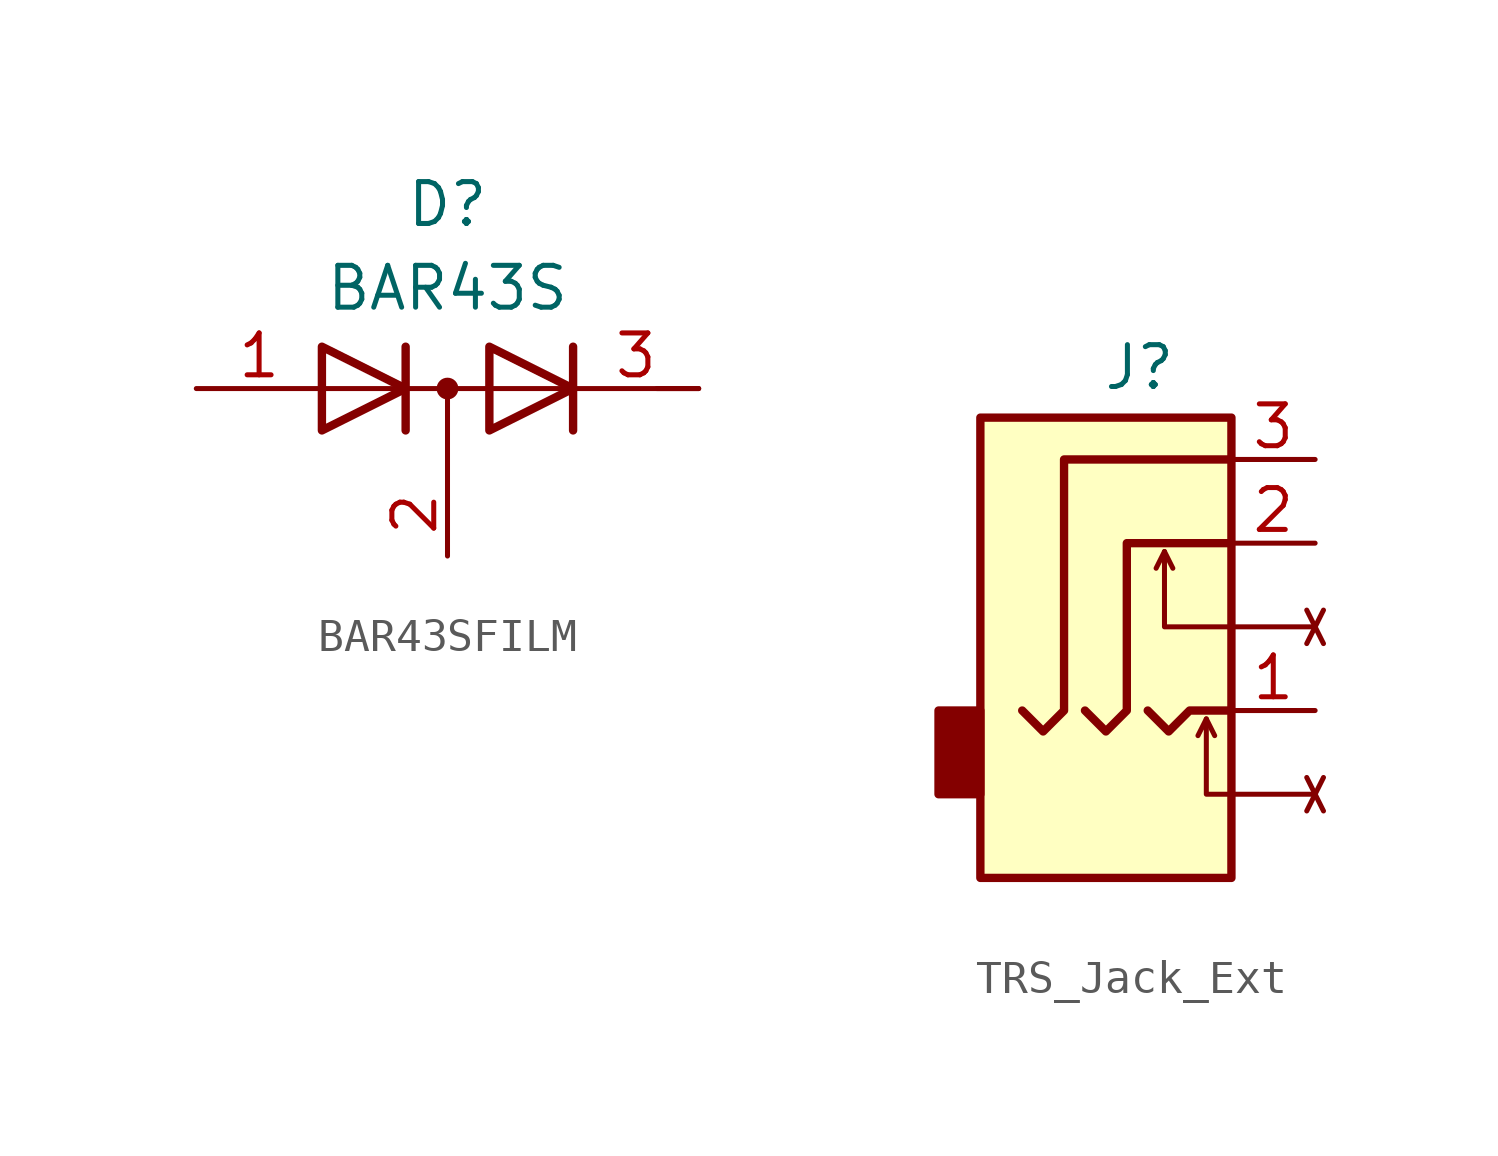
<source format=kicad_sym>
(kicad_symbol_lib
  (version 20231120)
  (generator "kicad_symbol_editor")
  (generator_version "8.0")
  (symbol "BAR43SFILM"
    (pin_names hide)
    (property "Reference" "D"
      (at 0 5.588 0)
      (effects (font (size 1.27 1.27))))
    (property "Value" "BAR43S"
      (at 0 3.048 0)
      (effects (font (size 1.27 1.27))))
    (symbol "BAR43SFILM_0_1"
      (polyline (pts (xy 0 0) (xy 0 -2.54)) (stroke (width 0) (type default)) (fill (type none)))
      (polyline (pts (xy 3.81 0) (xy -3.81 0)) (stroke (width 0) (type default)) (fill (type none)))
      (polyline (pts (xy 6.35 0) (xy 7.62 0)) (stroke (width 0) (type default)) (fill (type none)))
      (polyline (pts (xy -1.27 -1.27) (xy -1.27 1.27) (xy -1.27 1.27)) (stroke (width 0.254) (type default)) (fill (type none)))
      (polyline (pts (xy 3.81 1.27) (xy 3.81 -1.27) (xy 3.81 -1.27)) (stroke (width 0.254) (type default)) (fill (type none)))
      (polyline (pts (xy -3.81 1.27) (xy -1.27 0) (xy -3.81 -1.27) (xy -3.81 1.27) (xy -3.81 1.27) (xy -3.81 1.27)) (stroke (width 0.254) (type default)) (fill (type none)))
      (polyline (pts (xy 1.27 1.27) (xy 3.81 0) (xy 1.27 -1.27) (xy 1.27 1.27) (xy 1.27 1.27) (xy 1.27 1.27)) (stroke (width 0.254) (type default)) (fill (type none)))
      (circle (center 0 0) (radius 0.254) (stroke (width 0) (type default)) (fill (type outline)))
      (pin passive line (at -7.62 0 0) (length 3.81) (name "A" (effects (font (size 1.27 1.27)))) (number "1" (effects (font (size 1.27 1.27)))))
      (pin passive line (at 7.62 0 180) (length 3.81) (name "K" (effects (font (size 1.27 1.27)))) (number "3" (effects (font (size 1.27 1.27))))))
    (symbol "BAR43SFILM_1_1"
      (pin passive line (at 0 -5.08 90) (length 2.54) (name "~" (effects (font (size 1.27 1.27)))) (number "2" (effects (font (size 1.27 1.27)))))))
  (symbol "TRS_Jack_Ext"
    (property "Reference" "J"
      (at -0.254 7.874 0)
      (effects (font (size 1.27 1.27))))
    (property "Value" ""
      (at 0 12.7 0)
      (effects (font (size 1.27 1.27))))
    (symbol "TRS_Jack_Ext_0_1"
      (rectangle (start -5.08 -2.54) (end -6.35 -5.08) (stroke (width 0.254) (type default)) (fill (type outline)))
      (rectangle (start -5.08 6.35) (end 2.54 -7.62) (stroke (width 0.254) (type default)) (fill (type background)))
      (polyline (pts (xy 0.508 2.286) (xy 0.762 1.778)) (stroke (width 0) (type default)) (fill (type none)))
      (polyline (pts (xy 1.778 -2.794) (xy 2.032 -3.302)) (stroke (width 0) (type default)) (fill (type none)))
      (polyline (pts (xy 2.54 -5.08) (xy 5.08 -5.08)) (stroke (width 0) (type default)) (fill (type none)))
      (polyline (pts (xy 2.54 0) (xy 5.08 0)) (stroke (width 0) (type default)) (fill (type none)))
      (polyline (pts (xy 4.826 -5.588) (xy 5.334 -4.572)) (stroke (width 0) (type default)) (fill (type none)))
      (polyline (pts (xy 4.826 -4.572) (xy 5.334 -5.588)) (stroke (width 0) (type default)) (fill (type none)))
      (polyline (pts (xy 4.826 -0.508) (xy 5.334 0.508)) (stroke (width 0) (type default)) (fill (type none)))
      (polyline (pts (xy 4.826 0.508) (xy 5.334 -0.508)) (stroke (width 0) (type default)) (fill (type none)))
      (polyline (pts (xy 0 -2.54) (xy 0.635 -3.175) (xy 1.27 -2.54) (xy 2.54 -2.54)) (stroke (width 0.254) (type default)) (fill (type none)))
      (polyline (pts (xy 2.54 -5.08) (xy 1.778 -5.08) (xy 1.778 -2.794) (xy 1.524 -3.302)) (stroke (width 0) (type default)) (fill (type none)))
      (polyline (pts (xy 2.54 0) (xy 0.508 0) (xy 0.508 2.286) (xy 0.254 1.778)) (stroke (width 0) (type default)) (fill (type none)))
      (polyline (pts (xy -1.905 -2.54) (xy -1.27 -3.175) (xy -0.635 -2.54) (xy -0.635 2.54) (xy 2.54 2.54)) (stroke (width 0.254) (type default)) (fill (type none)))
      (polyline (pts (xy 2.54 5.08) (xy -2.54 5.08) (xy -2.54 -2.54) (xy -3.175 -3.175) (xy -3.81 -2.54)) (stroke (width 0.254) (type default)) (fill (type none))))
    (symbol "TRS_Jack_Ext_1_1"
      (pin passive line (at 5.08 -2.54 180) (length 2.54) (name "~" (effects (font (size 1.27 1.27)))) (number "1" (effects (font (size 1.27 1.27)))))
      (pin passive line (at 5.08 2.54 180) (length 2.54) (name "~" (effects (font (size 1.27 1.27)))) (number "2" (effects (font (size 1.27 1.27)))))
      (pin passive line (at 5.08 5.08 180) (length 2.54) (name "~" (effects (font (size 1.27 1.27)))) (number "3" (effects (font (size 1.27 1.27))))))))
</source>
